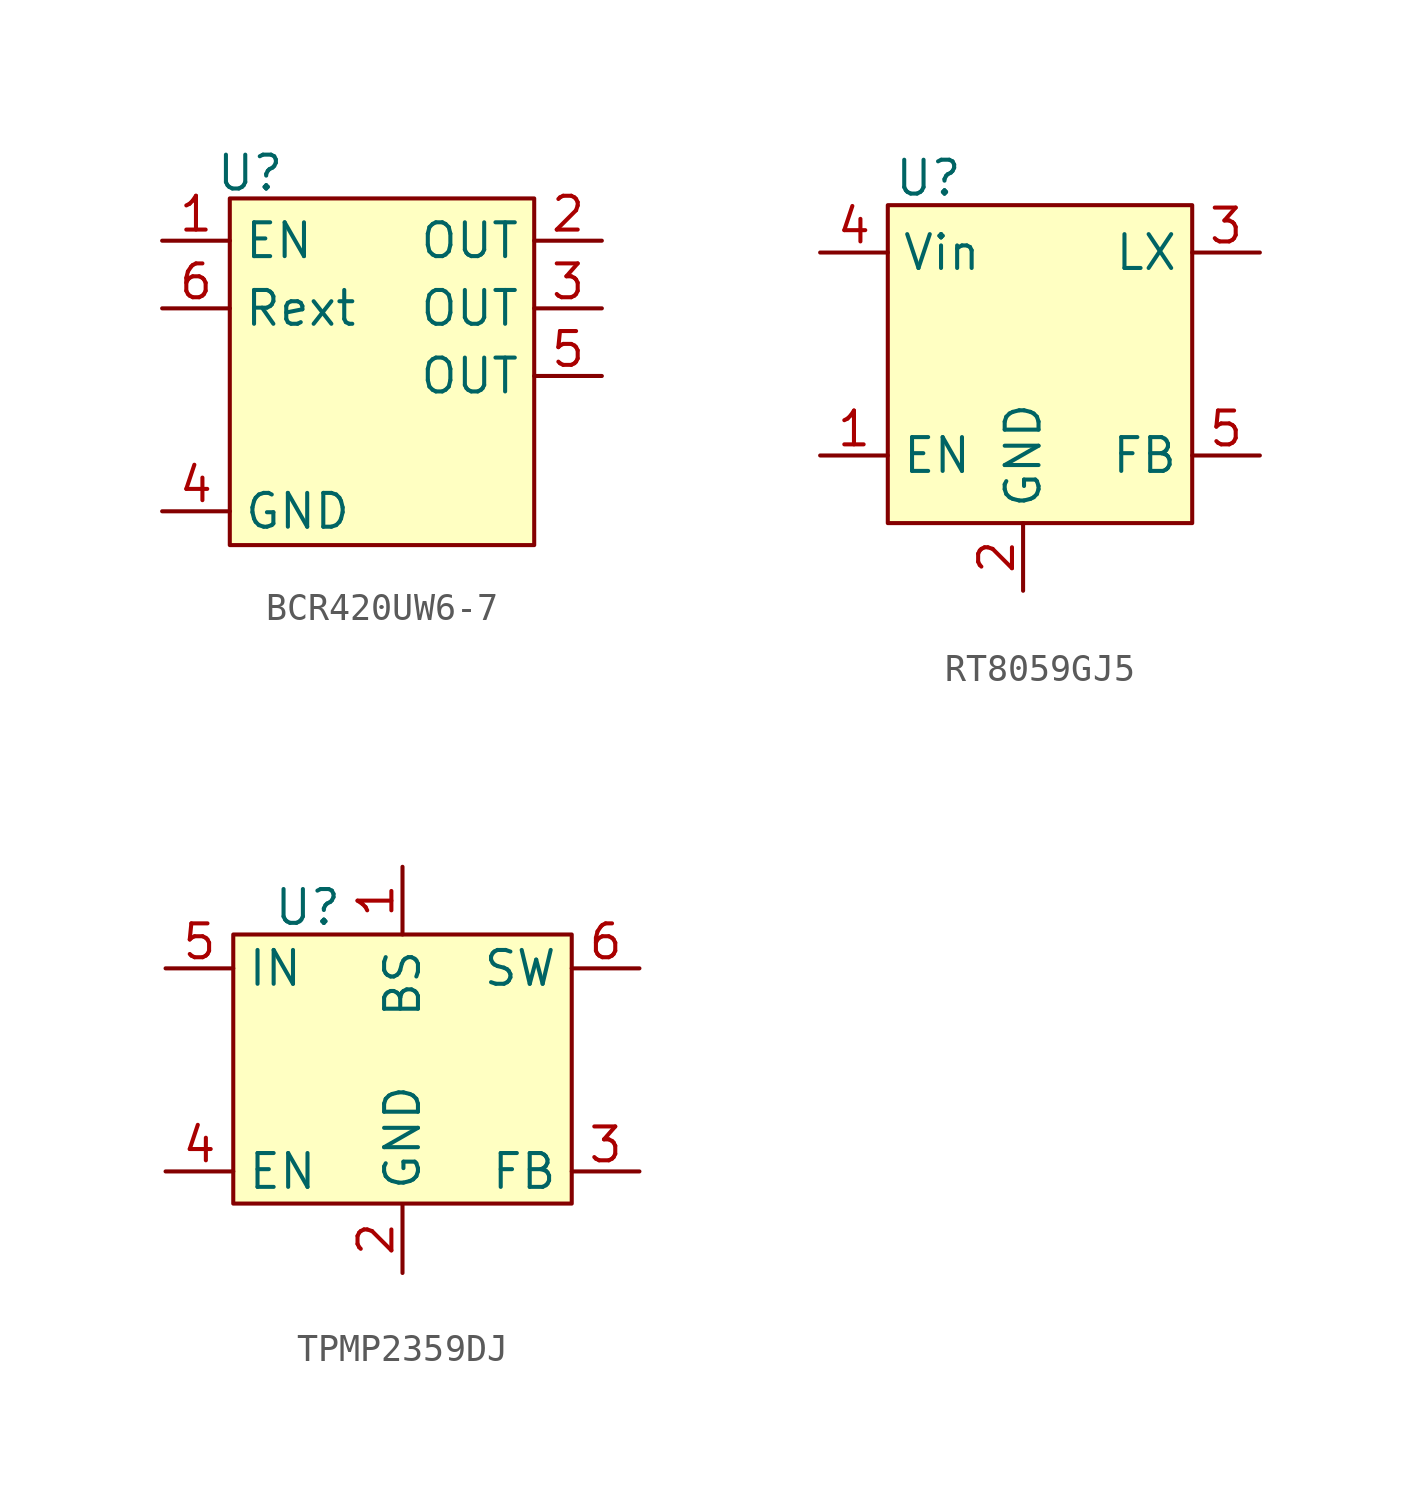
<source format=kicad_sym>
(kicad_symbol_lib
  (version 20241209)
  (generator "kicad_symbol_editor")
  (generator_version "9.0")
  (symbol "BCR420UW6-7"
    (property "Reference" "U"
      (at -5.588 6.35 0)
      (effects (font (size 1.27 1.27))))
    (property "Value" ""
      (at 0 0 0)
      (effects (font (size 1.27 1.27))))
    (symbol "BCR420UW6-7_1_1"
      (rectangle (start -6.35 5.397) (end 5.08 -7.62) (stroke (width 0) (type solid)) (fill (type background)))
      (pin input line (at -8.89 3.81 0) (length 2.54) (name "EN" (effects (font (size 1.27 1.27)))) (number "1" (effects (font (size 1.27 1.27)))))
      (pin input line (at -8.89 1.27 0) (length 2.54) (name "Rext" (effects (font (size 1.27 1.27)))) (number "6" (effects (font (size 1.27 1.27)))))
      (pin power_in line (at -8.89 -6.35 0) (length 2.54) (name "GND" (effects (font (size 1.27 1.27)))) (number "4" (effects (font (size 1.27 1.27)))))
      (pin output line (at 7.62 3.81 180) (length 2.54) (name "OUT" (effects (font (size 1.27 1.27)))) (number "2" (effects (font (size 1.27 1.27)))))
      (pin passive line (at 7.62 1.27 180) (length 2.54) (name "OUT" (effects (font (size 1.27 1.27)))) (number "3" (effects (font (size 1.27 1.27)))))
      (pin passive line (at 7.62 -1.27 180) (length 2.54) (name "OUT" (effects (font (size 1.27 1.27)))) (number "5" (effects (font (size 1.27 1.27)))))))
  (symbol "RT8059GJ5"
    (property "Reference" "U"
      (at -3.556 5.334 0)
      (effects (font (size 1.27 1.27))))
    (property "Value" ""
      (at 0 0 0)
      (effects (font (size 1.27 1.27))))
    (symbol "RT8059GJ5_1_1"
      (rectangle (start -5.08 4.318) (end 6.35 -7.62) (stroke (width 0) (type solid)) (fill (type background)))
      (pin power_in line (at -7.62 2.54 0) (length 2.54) (name "Vin" (effects (font (size 1.27 1.27)))) (number "4" (effects (font (size 1.27 1.27)))))
      (pin input line (at -7.62 -5.08 0) (length 2.54) (name "EN" (effects (font (size 1.27 1.27)))) (number "1" (effects (font (size 1.27 1.27)))))
      (pin power_in line (at 0 -10.16 90) (length 2.54) (name "GND" (effects (font (size 1.27 1.27)))) (number "2" (effects (font (size 1.27 1.27)))))
      (pin power_out line (at 8.89 2.54 180) (length 2.54) (name "LX" (effects (font (size 1.27 1.27)))) (number "3" (effects (font (size 1.27 1.27)))))
      (pin input line (at 8.89 -5.08 180) (length 2.54) (name "FB" (effects (font (size 1.27 1.27)))) (number "5" (effects (font (size 1.27 1.27)))))))
  (symbol "TPMP2359DJ"
    (property "Reference" "U"
      (at -3.556 7.366 0)
      (effects (font (size 1.27 1.27))))
    (property "Value" ""
      (at 0 0 0)
      (effects (font (size 1.27 1.27))))
    (symbol "TPMP2359DJ_1_1"
      (rectangle (start -6.35 6.35) (end 6.35 -3.747) (stroke (width 0) (type solid)) (fill (type background)))
      (pin power_in line (at -8.89 5.08 0) (length 2.54) (name "IN" (effects (font (size 1.27 1.27)))) (number "5" (effects (font (size 1.27 1.27)))))
      (pin input line (at -8.89 -2.54 0) (length 2.54) (name "EN" (effects (font (size 1.27 1.27)))) (number "4" (effects (font (size 1.27 1.27)))))
      (pin bidirectional line (at 0 8.89 270) (length 2.54) (name "BS" (effects (font (size 1.27 1.27)))) (number "1" (effects (font (size 1.27 1.27)))))
      (pin power_in line (at 0 -6.35 90) (length 2.54) (name "GND" (effects (font (size 1.27 1.27)))) (number "2" (effects (font (size 1.27 1.27)))))
      (pin power_out line (at 8.89 5.08 180) (length 2.54) (name "SW" (effects (font (size 1.27 1.27)))) (number "6" (effects (font (size 1.27 1.27)))))
      (pin input line (at 8.89 -2.54 180) (length 2.54) (name "FB" (effects (font (size 1.27 1.27)))) (number "3" (effects (font (size 1.27 1.27))))))))
</source>
